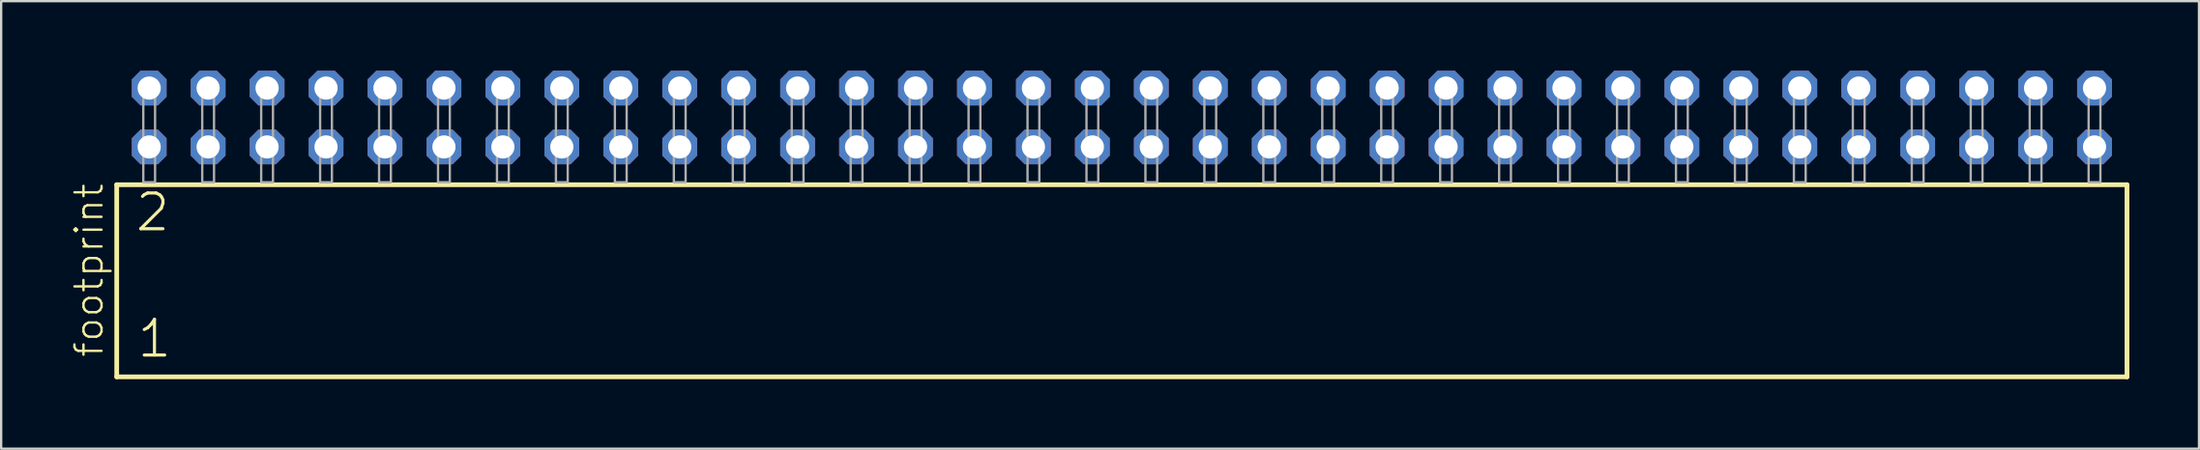
<source format=kicad_pcb>
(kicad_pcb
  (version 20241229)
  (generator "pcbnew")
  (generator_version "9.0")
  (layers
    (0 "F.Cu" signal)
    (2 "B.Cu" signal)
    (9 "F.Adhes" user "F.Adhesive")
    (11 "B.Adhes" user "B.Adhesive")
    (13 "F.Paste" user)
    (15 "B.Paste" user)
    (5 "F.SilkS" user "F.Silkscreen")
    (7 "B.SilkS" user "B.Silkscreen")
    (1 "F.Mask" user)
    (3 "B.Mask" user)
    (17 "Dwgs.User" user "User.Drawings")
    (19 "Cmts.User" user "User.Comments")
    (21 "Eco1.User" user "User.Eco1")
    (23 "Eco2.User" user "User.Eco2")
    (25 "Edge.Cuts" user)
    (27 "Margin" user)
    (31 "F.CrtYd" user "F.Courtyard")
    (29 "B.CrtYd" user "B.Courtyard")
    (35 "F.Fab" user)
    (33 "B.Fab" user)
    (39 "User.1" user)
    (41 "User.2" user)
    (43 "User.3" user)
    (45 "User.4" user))
  (footprint "footprint"
    (layer "F.Cu")
    (at 45.288 4.814)
    (property "Reference" "footprint" (at -43.815 7.62 90) (layer "F.SilkS") (effects (font (size 1.168 1.168) (thickness 0.102)) (justify left bottom)))
    (fp_line (start -43.309 0.106) (end -43.309 8.396) (stroke (width 0.203) (type solid)) (layer "F.SilkS"))
    (fp_line (start -43.309 8.396) (end 43.309 8.396) (stroke (width 0.203) (type solid)) (layer "F.SilkS"))
    (fp_line (start 43.309 0.106) (end -43.309 0.106) (stroke (width 0.203) (type solid)) (layer "F.SilkS"))
    (fp_line (start 43.309 8.396) (end 43.309 0.106) (stroke (width 0.203) (type solid)) (layer "F.SilkS"))
    (fp_poly (pts (xy -42.164 0) (xy -41.656 0) (xy -41.656 -4.318) (xy -42.164 -4.318)) (stroke (width 0.1) (type solid)) (fill no) (layer "F.Fab"))
    (fp_poly (pts (xy -39.624 0) (xy -39.116 0) (xy -39.116 -4.318) (xy -39.624 -4.318)) (stroke (width 0.1) (type solid)) (fill no) (layer "F.Fab"))
    (fp_poly (pts (xy -37.084 0) (xy -36.576 0) (xy -36.576 -4.318) (xy -37.084 -4.318)) (stroke (width 0.1) (type solid)) (fill no) (layer "F.Fab"))
    (fp_poly (pts (xy -34.544 0) (xy -34.036 0) (xy -34.036 -4.318) (xy -34.544 -4.318)) (stroke (width 0.1) (type solid)) (fill no) (layer "F.Fab"))
    (fp_poly (pts (xy -32.004 0) (xy -31.496 0) (xy -31.496 -4.318) (xy -32.004 -4.318)) (stroke (width 0.1) (type solid)) (fill no) (layer "F.Fab"))
    (fp_poly (pts (xy -29.464 0) (xy -28.956 0) (xy -28.956 -4.318) (xy -29.464 -4.318)) (stroke (width 0.1) (type solid)) (fill no) (layer "F.Fab"))
    (fp_poly (pts (xy -26.924 0) (xy -26.416 0) (xy -26.416 -4.318) (xy -26.924 -4.318)) (stroke (width 0.1) (type solid)) (fill no) (layer "F.Fab"))
    (fp_poly (pts (xy -24.384 0) (xy -23.876 0) (xy -23.876 -4.318) (xy -24.384 -4.318)) (stroke (width 0.1) (type solid)) (fill no) (layer "F.Fab"))
    (fp_poly (pts (xy -21.844 0) (xy -21.336 0) (xy -21.336 -4.318) (xy -21.844 -4.318)) (stroke (width 0.1) (type solid)) (fill no) (layer "F.Fab"))
    (fp_poly (pts (xy -19.304 0) (xy -18.796 0) (xy -18.796 -4.318) (xy -19.304 -4.318)) (stroke (width 0.1) (type solid)) (fill no) (layer "F.Fab"))
    (fp_poly (pts (xy -16.764 0) (xy -16.256 0) (xy -16.256 -4.318) (xy -16.764 -4.318)) (stroke (width 0.1) (type solid)) (fill no) (layer "F.Fab"))
    (fp_poly (pts (xy -14.224 0) (xy -13.716 0) (xy -13.716 -4.318) (xy -14.224 -4.318)) (stroke (width 0.1) (type solid)) (fill no) (layer "F.Fab"))
    (fp_poly (pts (xy -11.684 0) (xy -11.176 0) (xy -11.176 -4.318) (xy -11.684 -4.318)) (stroke (width 0.1) (type solid)) (fill no) (layer "F.Fab"))
    (fp_poly (pts (xy -9.144 0) (xy -8.636 0) (xy -8.636 -4.318) (xy -9.144 -4.318)) (stroke (width 0.1) (type solid)) (fill no) (layer "F.Fab"))
    (fp_poly (pts (xy -6.604 0) (xy -6.096 0) (xy -6.096 -4.318) (xy -6.604 -4.318)) (stroke (width 0.1) (type solid)) (fill no) (layer "F.Fab"))
    (fp_poly (pts (xy -4.064 0) (xy -3.556 0) (xy -3.556 -4.318) (xy -4.064 -4.318)) (stroke (width 0.1) (type solid)) (fill no) (layer "F.Fab"))
    (fp_poly (pts (xy -1.524 0) (xy -1.016 0) (xy -1.016 -4.318) (xy -1.524 -4.318)) (stroke (width 0.1) (type solid)) (fill no) (layer "F.Fab"))
    (fp_poly (pts (xy 1.016 0) (xy 1.524 0) (xy 1.524 -4.318) (xy 1.016 -4.318)) (stroke (width 0.1) (type solid)) (fill no) (layer "F.Fab"))
    (fp_poly (pts (xy 3.556 0) (xy 4.064 0) (xy 4.064 -4.318) (xy 3.556 -4.318)) (stroke (width 0.1) (type solid)) (fill no) (layer "F.Fab"))
    (fp_poly (pts (xy 6.096 0) (xy 6.604 0) (xy 6.604 -4.318) (xy 6.096 -4.318)) (stroke (width 0.1) (type solid)) (fill no) (layer "F.Fab"))
    (fp_poly (pts (xy 8.636 0) (xy 9.144 0) (xy 9.144 -4.318) (xy 8.636 -4.318)) (stroke (width 0.1) (type solid)) (fill no) (layer "F.Fab"))
    (fp_poly (pts (xy 11.176 0) (xy 11.684 0) (xy 11.684 -4.318) (xy 11.176 -4.318)) (stroke (width 0.1) (type solid)) (fill no) (layer "F.Fab"))
    (fp_poly (pts (xy 13.716 0) (xy 14.224 0) (xy 14.224 -4.318) (xy 13.716 -4.318)) (stroke (width 0.1) (type solid)) (fill no) (layer "F.Fab"))
    (fp_poly (pts (xy 16.256 0) (xy 16.764 0) (xy 16.764 -4.318) (xy 16.256 -4.318)) (stroke (width 0.1) (type solid)) (fill no) (layer "F.Fab"))
    (fp_poly (pts (xy 18.796 0) (xy 19.304 0) (xy 19.304 -4.318) (xy 18.796 -4.318)) (stroke (width 0.1) (type solid)) (fill no) (layer "F.Fab"))
    (fp_poly (pts (xy 21.336 0) (xy 21.844 0) (xy 21.844 -4.318) (xy 21.336 -4.318)) (stroke (width 0.1) (type solid)) (fill no) (layer "F.Fab"))
    (fp_poly (pts (xy 23.876 0) (xy 24.384 0) (xy 24.384 -4.318) (xy 23.876 -4.318)) (stroke (width 0.1) (type solid)) (fill no) (layer "F.Fab"))
    (fp_poly (pts (xy 26.416 0) (xy 26.924 0) (xy 26.924 -4.318) (xy 26.416 -4.318)) (stroke (width 0.1) (type solid)) (fill no) (layer "F.Fab"))
    (fp_poly (pts (xy 28.956 0) (xy 29.464 0) (xy 29.464 -4.318) (xy 28.956 -4.318)) (stroke (width 0.1) (type solid)) (fill no) (layer "F.Fab"))
    (fp_poly (pts (xy 31.496 0) (xy 32.004 0) (xy 32.004 -4.318) (xy 31.496 -4.318)) (stroke (width 0.1) (type solid)) (fill no) (layer "F.Fab"))
    (fp_poly (pts (xy 34.036 0) (xy 34.544 0) (xy 34.544 -4.318) (xy 34.036 -4.318)) (stroke (width 0.1) (type solid)) (fill no) (layer "F.Fab"))
    (fp_poly (pts (xy 36.576 0) (xy 37.084 0) (xy 37.084 -4.318) (xy 36.576 -4.318)) (stroke (width 0.1) (type solid)) (fill no) (layer "F.Fab"))
    (fp_poly (pts (xy 39.116 0) (xy 39.624 0) (xy 39.624 -4.318) (xy 39.116 -4.318)) (stroke (width 0.1) (type solid)) (fill no) (layer "F.Fab"))
    (fp_poly (pts (xy 41.656 0) (xy 42.164 0) (xy 42.164 -4.318) (xy 41.656 -4.318)) (stroke (width 0.1) (type solid)) (fill no) (layer "F.Fab"))
    (fp_text user "2" (at -42.58 2.2 0) (layer "F.SilkS") (effects (font (size 1.542 1.542) (thickness 0.134)) (justify left bottom)))
    (fp_text user "1" (at -42.505 7.65 0) (layer "F.SilkS") (effects (font (size 1.542 1.542) (thickness 0.134)) (justify left bottom)))
    (pad "1" thru_hole roundrect (at -41.91 -1.524) (size 1.5 1.5) (drill 1) (layers "*.Cu" "*.Mask") (roundrect_rratio 0.25) (chamfer_ratio 0.25) (chamfer top_left top_right bottom_left bottom_right))
    (pad "2" thru_hole roundrect (at -41.91 -4.064) (size 1.5 1.5) (drill 1) (layers "*.Cu" "*.Mask") (roundrect_rratio 0.25) (chamfer_ratio 0.25) (chamfer top_left top_right bottom_left bottom_right))
    (pad "3" thru_hole roundrect (at -39.37 -1.524) (size 1.5 1.5) (drill 1) (layers "*.Cu" "*.Mask") (roundrect_rratio 0.25) (chamfer_ratio 0.25) (chamfer top_left top_right bottom_left bottom_right))
    (pad "4" thru_hole roundrect (at -39.37 -4.064) (size 1.5 1.5) (drill 1) (layers "*.Cu" "*.Mask") (roundrect_rratio 0.25) (chamfer_ratio 0.25) (chamfer top_left top_right bottom_left bottom_right))
    (pad "5" thru_hole roundrect (at -36.83 -1.524) (size 1.5 1.5) (drill 1) (layers "*.Cu" "*.Mask") (roundrect_rratio 0.25) (chamfer_ratio 0.25) (chamfer top_left top_right bottom_left bottom_right))
    (pad "6" thru_hole roundrect (at -36.83 -4.064) (size 1.5 1.5) (drill 1) (layers "*.Cu" "*.Mask") (roundrect_rratio 0.25) (chamfer_ratio 0.25) (chamfer top_left top_right bottom_left bottom_right))
    (pad "7" thru_hole roundrect (at -34.29 -1.524) (size 1.5 1.5) (drill 1) (layers "*.Cu" "*.Mask") (roundrect_rratio 0.25) (chamfer_ratio 0.25) (chamfer top_left top_right bottom_left bottom_right))
    (pad "8" thru_hole roundrect (at -34.29 -4.064) (size 1.5 1.5) (drill 1) (layers "*.Cu" "*.Mask") (roundrect_rratio 0.25) (chamfer_ratio 0.25) (chamfer top_left top_right bottom_left bottom_right))
    (pad "9" thru_hole roundrect (at -31.75 -1.524) (size 1.5 1.5) (drill 1) (layers "*.Cu" "*.Mask") (roundrect_rratio 0.25) (chamfer_ratio 0.25) (chamfer top_left top_right bottom_left bottom_right))
    (pad "10" thru_hole roundrect (at -31.75 -4.064) (size 1.5 1.5) (drill 1) (layers "*.Cu" "*.Mask") (roundrect_rratio 0.25) (chamfer_ratio 0.25) (chamfer top_left top_right bottom_left bottom_right))
    (pad "11" thru_hole roundrect (at -29.21 -1.524) (size 1.5 1.5) (drill 1) (layers "*.Cu" "*.Mask") (roundrect_rratio 0.25) (chamfer_ratio 0.25) (chamfer top_left top_right bottom_left bottom_right))
    (pad "12" thru_hole roundrect (at -29.21 -4.064) (size 1.5 1.5) (drill 1) (layers "*.Cu" "*.Mask") (roundrect_rratio 0.25) (chamfer_ratio 0.25) (chamfer top_left top_right bottom_left bottom_right))
    (pad "13" thru_hole roundrect (at -26.67 -1.524) (size 1.5 1.5) (drill 1) (layers "*.Cu" "*.Mask") (roundrect_rratio 0.25) (chamfer_ratio 0.25) (chamfer top_left top_right bottom_left bottom_right))
    (pad "14" thru_hole roundrect (at -26.67 -4.064) (size 1.5 1.5) (drill 1) (layers "*.Cu" "*.Mask") (roundrect_rratio 0.25) (chamfer_ratio 0.25) (chamfer top_left top_right bottom_left bottom_right))
    (pad "15" thru_hole roundrect (at -24.13 -1.524) (size 1.5 1.5) (drill 1) (layers "*.Cu" "*.Mask") (roundrect_rratio 0.25) (chamfer_ratio 0.25) (chamfer top_left top_right bottom_left bottom_right))
    (pad "16" thru_hole roundrect (at -24.13 -4.064) (size 1.5 1.5) (drill 1) (layers "*.Cu" "*.Mask") (roundrect_rratio 0.25) (chamfer_ratio 0.25) (chamfer top_left top_right bottom_left bottom_right))
    (pad "17" thru_hole roundrect (at -21.59 -1.524) (size 1.5 1.5) (drill 1) (layers "*.Cu" "*.Mask") (roundrect_rratio 0.25) (chamfer_ratio 0.25) (chamfer top_left top_right bottom_left bottom_right))
    (pad "18" thru_hole roundrect (at -21.59 -4.064) (size 1.5 1.5) (drill 1) (layers "*.Cu" "*.Mask") (roundrect_rratio 0.25) (chamfer_ratio 0.25) (chamfer top_left top_right bottom_left bottom_right))
    (pad "19" thru_hole roundrect (at -19.05 -1.524) (size 1.5 1.5) (drill 1) (layers "*.Cu" "*.Mask") (roundrect_rratio 0.25) (chamfer_ratio 0.25) (chamfer top_left top_right bottom_left bottom_right))
    (pad "20" thru_hole roundrect (at -19.05 -4.064) (size 1.5 1.5) (drill 1) (layers "*.Cu" "*.Mask") (roundrect_rratio 0.25) (chamfer_ratio 0.25) (chamfer top_left top_right bottom_left bottom_right))
    (pad "21" thru_hole roundrect (at -16.51 -1.524) (size 1.5 1.5) (drill 1) (layers "*.Cu" "*.Mask") (roundrect_rratio 0.25) (chamfer_ratio 0.25) (chamfer top_left top_right bottom_left bottom_right))
    (pad "22" thru_hole roundrect (at -16.51 -4.064) (size 1.5 1.5) (drill 1) (layers "*.Cu" "*.Mask") (roundrect_rratio 0.25) (chamfer_ratio 0.25) (chamfer top_left top_right bottom_left bottom_right))
    (pad "23" thru_hole roundrect (at -13.97 -1.524) (size 1.5 1.5) (drill 1) (layers "*.Cu" "*.Mask") (roundrect_rratio 0.25) (chamfer_ratio 0.25) (chamfer top_left top_right bottom_left bottom_right))
    (pad "24" thru_hole roundrect (at -13.97 -4.064) (size 1.5 1.5) (drill 1) (layers "*.Cu" "*.Mask") (roundrect_rratio 0.25) (chamfer_ratio 0.25) (chamfer top_left top_right bottom_left bottom_right))
    (pad "25" thru_hole roundrect (at -11.43 -1.524) (size 1.5 1.5) (drill 1) (layers "*.Cu" "*.Mask") (roundrect_rratio 0.25) (chamfer_ratio 0.25) (chamfer top_left top_right bottom_left bottom_right))
    (pad "26" thru_hole roundrect (at -11.43 -4.064) (size 1.5 1.5) (drill 1) (layers "*.Cu" "*.Mask") (roundrect_rratio 0.25) (chamfer_ratio 0.25) (chamfer top_left top_right bottom_left bottom_right))
    (pad "27" thru_hole roundrect (at -8.89 -1.524) (size 1.5 1.5) (drill 1) (layers "*.Cu" "*.Mask") (roundrect_rratio 0.25) (chamfer_ratio 0.25) (chamfer top_left top_right bottom_left bottom_right))
    (pad "28" thru_hole roundrect (at -8.89 -4.064) (size 1.5 1.5) (drill 1) (layers "*.Cu" "*.Mask") (roundrect_rratio 0.25) (chamfer_ratio 0.25) (chamfer top_left top_right bottom_left bottom_right))
    (pad "29" thru_hole roundrect (at -6.35 -1.524) (size 1.5 1.5) (drill 1) (layers "*.Cu" "*.Mask") (roundrect_rratio 0.25) (chamfer_ratio 0.25) (chamfer top_left top_right bottom_left bottom_right))
    (pad "30" thru_hole roundrect (at -6.35 -4.064) (size 1.5 1.5) (drill 1) (layers "*.Cu" "*.Mask") (roundrect_rratio 0.25) (chamfer_ratio 0.25) (chamfer top_left top_right bottom_left bottom_right))
    (pad "31" thru_hole roundrect (at -3.81 -1.524) (size 1.5 1.5) (drill 1) (layers "*.Cu" "*.Mask") (roundrect_rratio 0.25) (chamfer_ratio 0.25) (chamfer top_left top_right bottom_left bottom_right))
    (pad "32" thru_hole roundrect (at -3.81 -4.064) (size 1.5 1.5) (drill 1) (layers "*.Cu" "*.Mask") (roundrect_rratio 0.25) (chamfer_ratio 0.25) (chamfer top_left top_right bottom_left bottom_right))
    (pad "33" thru_hole roundrect (at -1.27 -1.524) (size 1.5 1.5) (drill 1) (layers "*.Cu" "*.Mask") (roundrect_rratio 0.25) (chamfer_ratio 0.25) (chamfer top_left top_right bottom_left bottom_right))
    (pad "34" thru_hole roundrect (at -1.27 -4.064) (size 1.5 1.5) (drill 1) (layers "*.Cu" "*.Mask") (roundrect_rratio 0.25) (chamfer_ratio 0.25) (chamfer top_left top_right bottom_left bottom_right))
    (pad "35" thru_hole roundrect (at 1.27 -1.524) (size 1.5 1.5) (drill 1) (layers "*.Cu" "*.Mask") (roundrect_rratio 0.25) (chamfer_ratio 0.25) (chamfer top_left top_right bottom_left bottom_right))
    (pad "36" thru_hole roundrect (at 1.27 -4.064) (size 1.5 1.5) (drill 1) (layers "*.Cu" "*.Mask") (roundrect_rratio 0.25) (chamfer_ratio 0.25) (chamfer top_left top_right bottom_left bottom_right))
    (pad "37" thru_hole roundrect (at 3.81 -1.524) (size 1.5 1.5) (drill 1) (layers "*.Cu" "*.Mask") (roundrect_rratio 0.25) (chamfer_ratio 0.25) (chamfer top_left top_right bottom_left bottom_right))
    (pad "38" thru_hole roundrect (at 3.81 -4.064) (size 1.5 1.5) (drill 1) (layers "*.Cu" "*.Mask") (roundrect_rratio 0.25) (chamfer_ratio 0.25) (chamfer top_left top_right bottom_left bottom_right))
    (pad "39" thru_hole roundrect (at 6.35 -1.524) (size 1.5 1.5) (drill 1) (layers "*.Cu" "*.Mask") (roundrect_rratio 0.25) (chamfer_ratio 0.25) (chamfer top_left top_right bottom_left bottom_right))
    (pad "40" thru_hole roundrect (at 6.35 -4.064) (size 1.5 1.5) (drill 1) (layers "*.Cu" "*.Mask") (roundrect_rratio 0.25) (chamfer_ratio 0.25) (chamfer top_left top_right bottom_left bottom_right))
    (pad "41" thru_hole roundrect (at 8.89 -1.524) (size 1.5 1.5) (drill 1) (layers "*.Cu" "*.Mask") (roundrect_rratio 0.25) (chamfer_ratio 0.25) (chamfer top_left top_right bottom_left bottom_right))
    (pad "42" thru_hole roundrect (at 8.89 -4.064) (size 1.5 1.5) (drill 1) (layers "*.Cu" "*.Mask") (roundrect_rratio 0.25) (chamfer_ratio 0.25) (chamfer top_left top_right bottom_left bottom_right))
    (pad "43" thru_hole roundrect (at 11.43 -1.524) (size 1.5 1.5) (drill 1) (layers "*.Cu" "*.Mask") (roundrect_rratio 0.25) (chamfer_ratio 0.25) (chamfer top_left top_right bottom_left bottom_right))
    (pad "44" thru_hole roundrect (at 11.43 -4.064) (size 1.5 1.5) (drill 1) (layers "*.Cu" "*.Mask") (roundrect_rratio 0.25) (chamfer_ratio 0.25) (chamfer top_left top_right bottom_left bottom_right))
    (pad "45" thru_hole roundrect (at 13.97 -1.524) (size 1.5 1.5) (drill 1) (layers "*.Cu" "*.Mask") (roundrect_rratio 0.25) (chamfer_ratio 0.25) (chamfer top_left top_right bottom_left bottom_right))
    (pad "46" thru_hole roundrect (at 13.97 -4.064) (size 1.5 1.5) (drill 1) (layers "*.Cu" "*.Mask") (roundrect_rratio 0.25) (chamfer_ratio 0.25) (chamfer top_left top_right bottom_left bottom_right))
    (pad "47" thru_hole roundrect (at 16.51 -1.524) (size 1.5 1.5) (drill 1) (layers "*.Cu" "*.Mask") (roundrect_rratio 0.25) (chamfer_ratio 0.25) (chamfer top_left top_right bottom_left bottom_right))
    (pad "48" thru_hole roundrect (at 16.51 -4.064) (size 1.5 1.5) (drill 1) (layers "*.Cu" "*.Mask") (roundrect_rratio 0.25) (chamfer_ratio 0.25) (chamfer top_left top_right bottom_left bottom_right))
    (pad "49" thru_hole roundrect (at 19.05 -1.524) (size 1.5 1.5) (drill 1) (layers "*.Cu" "*.Mask") (roundrect_rratio 0.25) (chamfer_ratio 0.25) (chamfer top_left top_right bottom_left bottom_right))
    (pad "50" thru_hole roundrect (at 19.05 -4.064) (size 1.5 1.5) (drill 1) (layers "*.Cu" "*.Mask") (roundrect_rratio 0.25) (chamfer_ratio 0.25) (chamfer top_left top_right bottom_left bottom_right))
    (pad "51" thru_hole roundrect (at 21.59 -1.524) (size 1.5 1.5) (drill 1) (layers "*.Cu" "*.Mask") (roundrect_rratio 0.25) (chamfer_ratio 0.25) (chamfer top_left top_right bottom_left bottom_right))
    (pad "52" thru_hole roundrect (at 21.59 -4.064) (size 1.5 1.5) (drill 1) (layers "*.Cu" "*.Mask") (roundrect_rratio 0.25) (chamfer_ratio 0.25) (chamfer top_left top_right bottom_left bottom_right))
    (pad "53" thru_hole roundrect (at 24.13 -1.524) (size 1.5 1.5) (drill 1) (layers "*.Cu" "*.Mask") (roundrect_rratio 0.25) (chamfer_ratio 0.25) (chamfer top_left top_right bottom_left bottom_right))
    (pad "54" thru_hole roundrect (at 24.13 -4.064) (size 1.5 1.5) (drill 1) (layers "*.Cu" "*.Mask") (roundrect_rratio 0.25) (chamfer_ratio 0.25) (chamfer top_left top_right bottom_left bottom_right))
    (pad "55" thru_hole roundrect (at 26.67 -1.524) (size 1.5 1.5) (drill 1) (layers "*.Cu" "*.Mask") (roundrect_rratio 0.25) (chamfer_ratio 0.25) (chamfer top_left top_right bottom_left bottom_right))
    (pad "56" thru_hole roundrect (at 26.67 -4.064) (size 1.5 1.5) (drill 1) (layers "*.Cu" "*.Mask") (roundrect_rratio 0.25) (chamfer_ratio 0.25) (chamfer top_left top_right bottom_left bottom_right))
    (pad "57" thru_hole roundrect (at 29.21 -1.524) (size 1.5 1.5) (drill 1) (layers "*.Cu" "*.Mask") (roundrect_rratio 0.25) (chamfer_ratio 0.25) (chamfer top_left top_right bottom_left bottom_right))
    (pad "58" thru_hole roundrect (at 29.21 -4.064) (size 1.5 1.5) (drill 1) (layers "*.Cu" "*.Mask") (roundrect_rratio 0.25) (chamfer_ratio 0.25) (chamfer top_left top_right bottom_left bottom_right))
    (pad "59" thru_hole roundrect (at 31.75 -1.524) (size 1.5 1.5) (drill 1) (layers "*.Cu" "*.Mask") (roundrect_rratio 0.25) (chamfer_ratio 0.25) (chamfer top_left top_right bottom_left bottom_right))
    (pad "60" thru_hole roundrect (at 31.75 -4.064) (size 1.5 1.5) (drill 1) (layers "*.Cu" "*.Mask") (roundrect_rratio 0.25) (chamfer_ratio 0.25) (chamfer top_left top_right bottom_left bottom_right))
    (pad "61" thru_hole roundrect (at 34.29 -1.524) (size 1.5 1.5) (drill 1) (layers "*.Cu" "*.Mask") (roundrect_rratio 0.25) (chamfer_ratio 0.25) (chamfer top_left top_right bottom_left bottom_right))
    (pad "62" thru_hole roundrect (at 34.29 -4.064) (size 1.5 1.5) (drill 1) (layers "*.Cu" "*.Mask") (roundrect_rratio 0.25) (chamfer_ratio 0.25) (chamfer top_left top_right bottom_left bottom_right))
    (pad "63" thru_hole roundrect (at 36.83 -1.524) (size 1.5 1.5) (drill 1) (layers "*.Cu" "*.Mask") (roundrect_rratio 0.25) (chamfer_ratio 0.25) (chamfer top_left top_right bottom_left bottom_right))
    (pad "64" thru_hole roundrect (at 36.83 -4.064) (size 1.5 1.5) (drill 1) (layers "*.Cu" "*.Mask") (roundrect_rratio 0.25) (chamfer_ratio 0.25) (chamfer top_left top_right bottom_left bottom_right))
    (pad "65" thru_hole roundrect (at 39.37 -1.524) (size 1.5 1.5) (drill 1) (layers "*.Cu" "*.Mask") (roundrect_rratio 0.25) (chamfer_ratio 0.25) (chamfer top_left top_right bottom_left bottom_right))
    (pad "66" thru_hole roundrect (at 39.37 -4.064) (size 1.5 1.5) (drill 1) (layers "*.Cu" "*.Mask") (roundrect_rratio 0.25) (chamfer_ratio 0.25) (chamfer top_left top_right bottom_left bottom_right))
    (pad "67" thru_hole roundrect (at 41.91 -1.524) (size 1.5 1.5) (drill 1) (layers "*.Cu" "*.Mask") (roundrect_rratio 0.25) (chamfer_ratio 0.25) (chamfer top_left top_right bottom_left bottom_right))
    (pad "68" thru_hole roundrect (at 41.91 -4.064) (size 1.5 1.5) (drill 1) (layers "*.Cu" "*.Mask") (roundrect_rratio 0.25) (chamfer_ratio 0.25) (chamfer top_left top_right bottom_left bottom_right)))
  (gr_rect
    (start -3 -3)
    (end 91.699 16.312)
    (stroke (width 0.1) (type default))
    (fill no)
    (layer "Edge.Cuts")))
</source>
